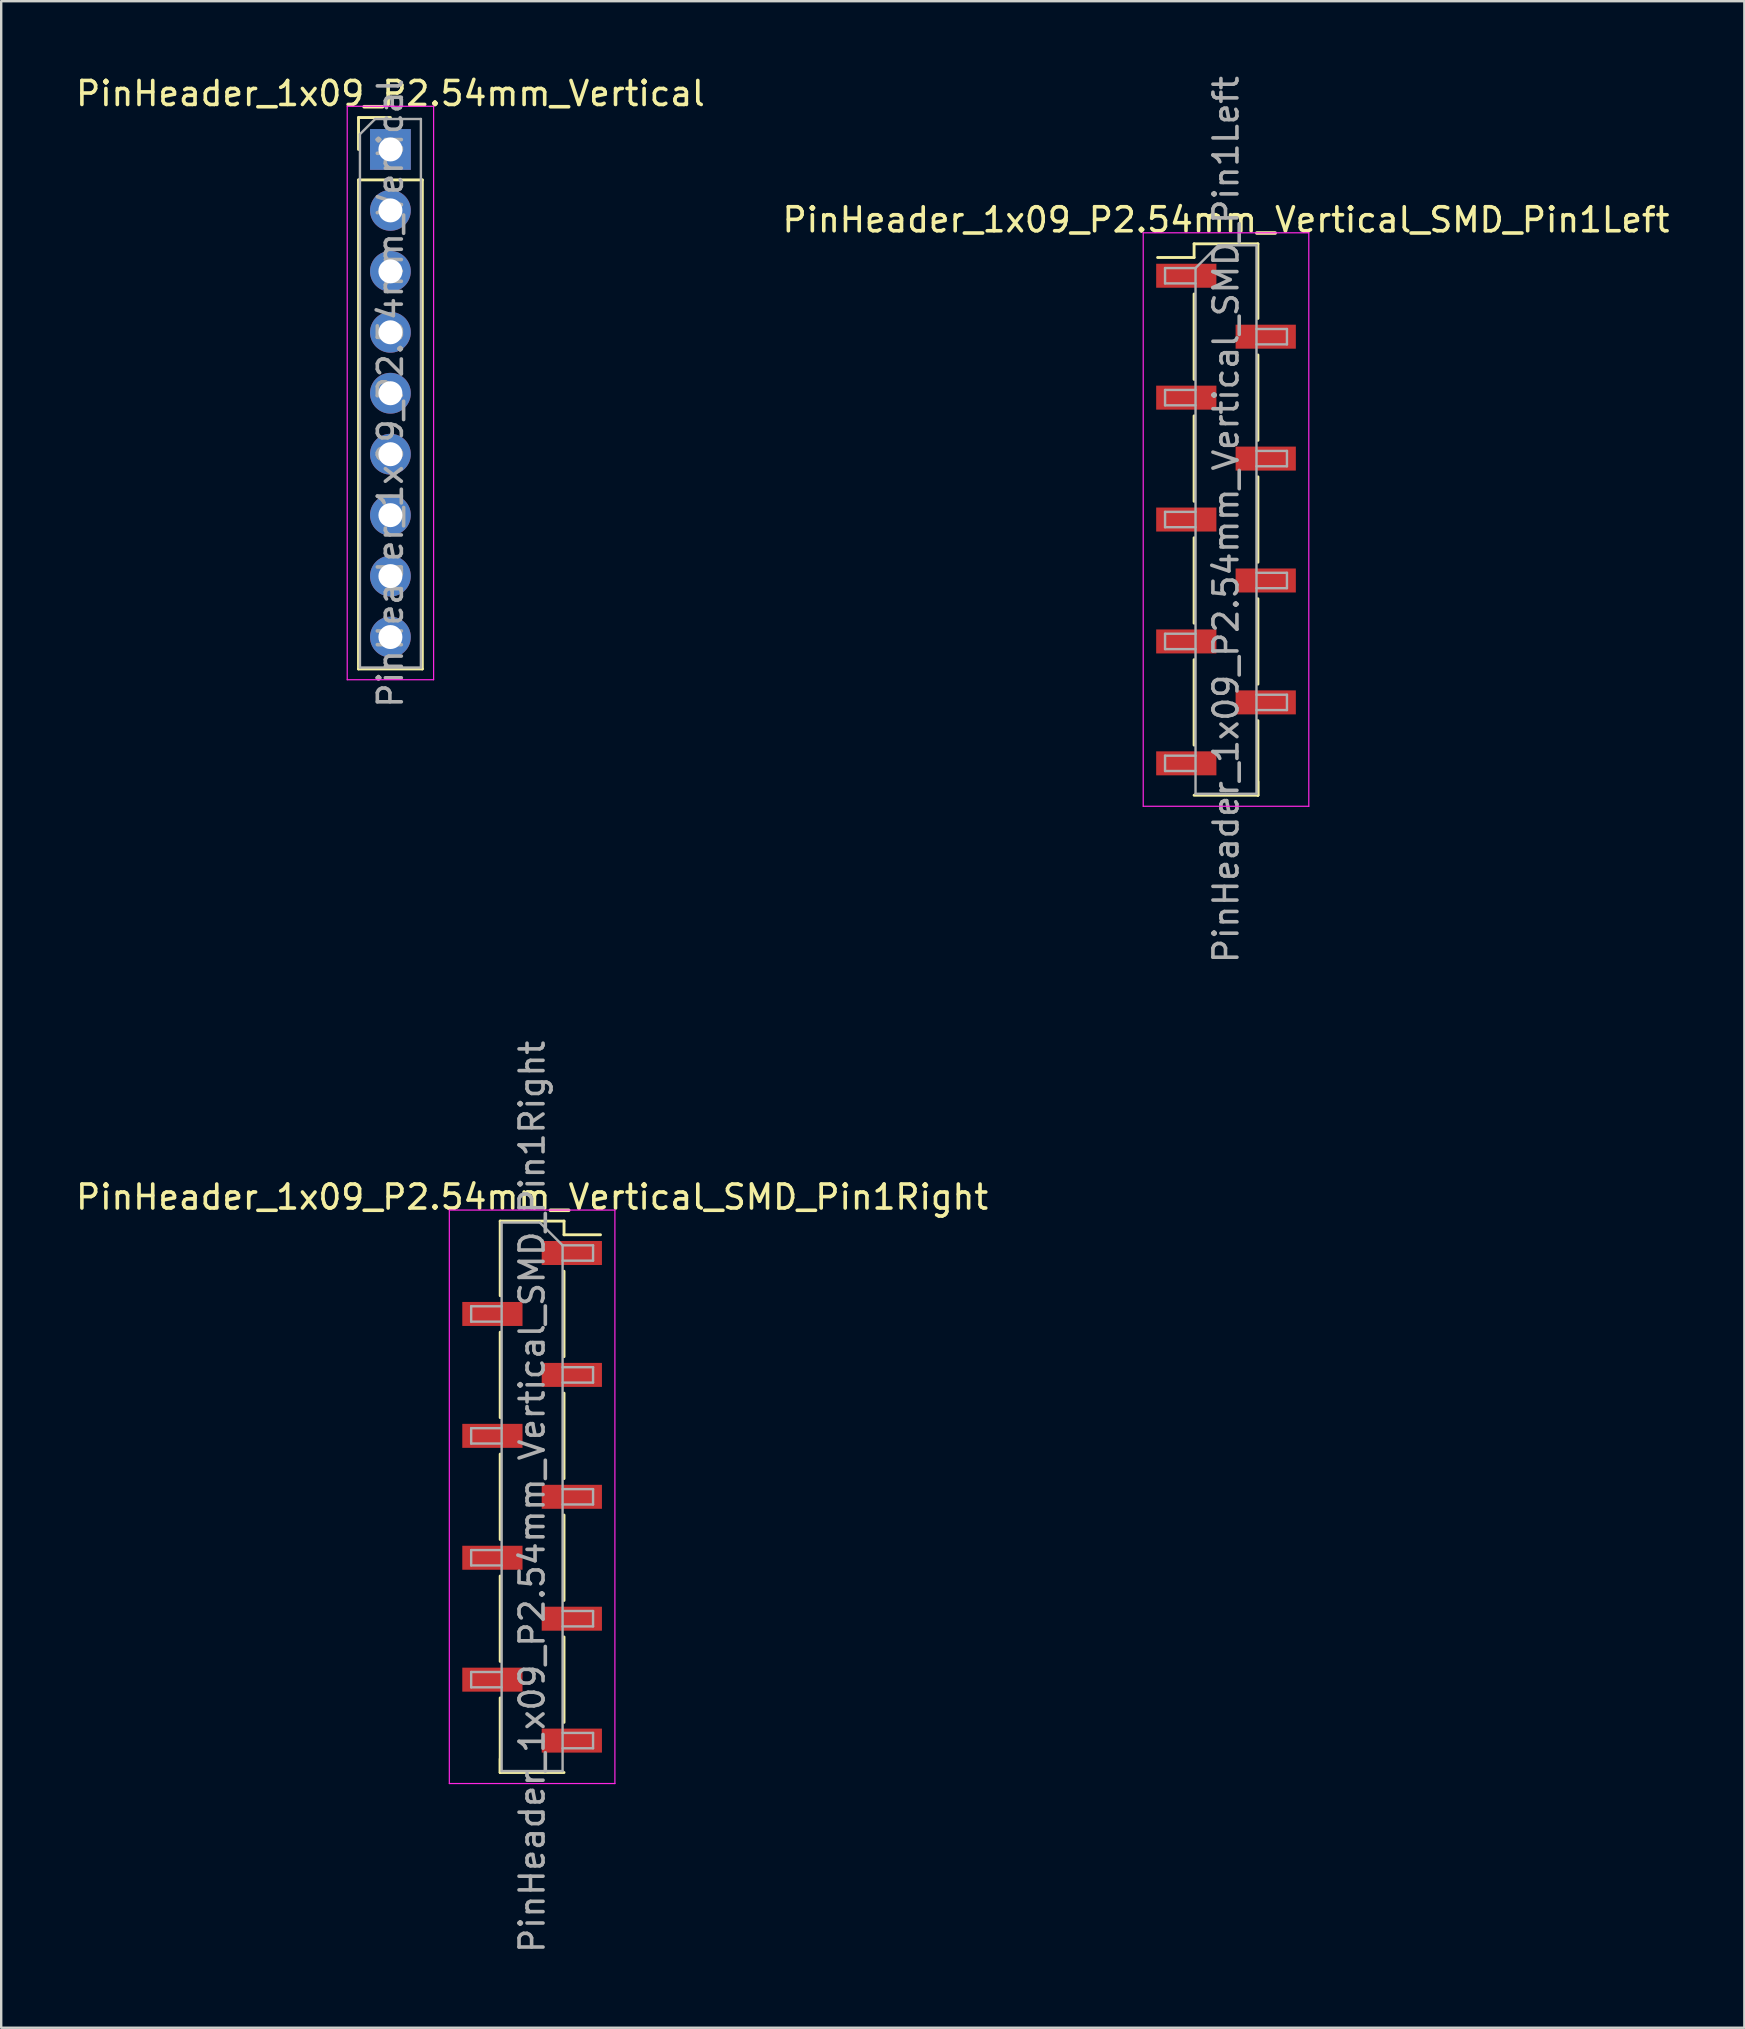
<source format=kicad_pcb>
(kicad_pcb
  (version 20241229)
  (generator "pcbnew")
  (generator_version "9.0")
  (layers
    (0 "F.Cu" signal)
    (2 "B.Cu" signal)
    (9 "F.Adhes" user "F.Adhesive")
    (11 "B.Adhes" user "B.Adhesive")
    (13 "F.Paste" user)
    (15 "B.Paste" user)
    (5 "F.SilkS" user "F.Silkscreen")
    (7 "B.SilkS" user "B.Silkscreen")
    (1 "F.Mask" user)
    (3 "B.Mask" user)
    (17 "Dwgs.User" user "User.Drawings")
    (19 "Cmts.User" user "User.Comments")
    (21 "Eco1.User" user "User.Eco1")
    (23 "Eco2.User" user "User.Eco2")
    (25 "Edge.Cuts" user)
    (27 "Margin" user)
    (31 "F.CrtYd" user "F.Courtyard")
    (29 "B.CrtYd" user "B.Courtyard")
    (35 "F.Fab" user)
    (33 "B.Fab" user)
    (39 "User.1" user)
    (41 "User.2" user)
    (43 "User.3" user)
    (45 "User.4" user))
  (footprint "PinHeader_1x09_P2.54mm_Vertical_SMD_Pin1Right"
    (layer "F.Cu")
    (at 19.125 59.327)
    (property "Reference" "PinHeader_1x09_P2.54mm_Vertical_SMD_Pin1Right" (at 0 -12.49 0) (layer "F.SilkS") (effects (font (size 1 1) (thickness 0.15))))
    (attr smd)
    (fp_line (start -1.33 -11.49) (end -1.33 -8.38) (stroke (width 0.12) (type solid)) (layer "F.SilkS"))
    (fp_line (start -1.33 -11.49) (end 1.33 -11.49) (stroke (width 0.12) (type solid)) (layer "F.SilkS"))
    (fp_line (start -1.33 -6.86) (end -1.33 -3.3) (stroke (width 0.12) (type solid)) (layer "F.SilkS"))
    (fp_line (start -1.33 -1.78) (end -1.33 1.78) (stroke (width 0.12) (type solid)) (layer "F.SilkS"))
    (fp_line (start -1.33 3.3) (end -1.33 6.86) (stroke (width 0.12) (type solid)) (layer "F.SilkS"))
    (fp_line (start -1.33 8.38) (end -1.33 11.49) (stroke (width 0.12) (type solid)) (layer "F.SilkS"))
    (fp_line (start -1.33 10.92) (end -1.33 11.49) (stroke (width 0.12) (type solid)) (layer "F.SilkS"))
    (fp_line (start -1.33 11.49) (end 1.33 11.49) (stroke (width 0.12) (type solid)) (layer "F.SilkS"))
    (fp_line (start 1.33 -11.49) (end 1.33 -10.92) (stroke (width 0.12) (type solid)) (layer "F.SilkS"))
    (fp_line (start 1.33 -10.92) (end 2.85 -10.92) (stroke (width 0.12) (type solid)) (layer "F.SilkS"))
    (fp_line (start 1.33 -9.4) (end 1.33 -5.84) (stroke (width 0.12) (type solid)) (layer "F.SilkS"))
    (fp_line (start 1.33 -4.32) (end 1.33 -0.76) (stroke (width 0.12) (type solid)) (layer "F.SilkS"))
    (fp_line (start 1.33 0.76) (end 1.33 4.32) (stroke (width 0.12) (type solid)) (layer "F.SilkS"))
    (fp_line (start 1.33 5.84) (end 1.33 9.4) (stroke (width 0.12) (type solid)) (layer "F.SilkS"))
    (fp_line (start -3.45 -11.95) (end -3.45 11.95) (stroke (width 0.05) (type solid)) (layer "F.CrtYd"))
    (fp_line (start -3.45 11.95) (end 3.45 11.95) (stroke (width 0.05) (type solid)) (layer "F.CrtYd"))
    (fp_line (start 3.45 -11.95) (end -3.45 -11.95) (stroke (width 0.05) (type solid)) (layer "F.CrtYd"))
    (fp_line (start 3.45 11.95) (end 3.45 -11.95) (stroke (width 0.05) (type solid)) (layer "F.CrtYd"))
    (fp_line (start -2.54 -7.94) (end -2.54 -7.3) (stroke (width 0.1) (type solid)) (layer "F.Fab"))
    (fp_line (start -2.54 -7.3) (end -1.27 -7.3) (stroke (width 0.1) (type solid)) (layer "F.Fab"))
    (fp_line (start -2.54 -2.86) (end -2.54 -2.22) (stroke (width 0.1) (type solid)) (layer "F.Fab"))
    (fp_line (start -2.54 -2.22) (end -1.27 -2.22) (stroke (width 0.1) (type solid)) (layer "F.Fab"))
    (fp_line (start -2.54 2.22) (end -2.54 2.86) (stroke (width 0.1) (type solid)) (layer "F.Fab"))
    (fp_line (start -2.54 2.86) (end -1.27 2.86) (stroke (width 0.1) (type solid)) (layer "F.Fab"))
    (fp_line (start -2.54 7.3) (end -2.54 7.94) (stroke (width 0.1) (type solid)) (layer "F.Fab"))
    (fp_line (start -2.54 7.94) (end -1.27 7.94) (stroke (width 0.1) (type solid)) (layer "F.Fab"))
    (fp_line (start -1.27 -11.43) (end -1.27 11.43) (stroke (width 0.1) (type solid)) (layer "F.Fab"))
    (fp_line (start -1.27 -11.43) (end 0.32 -11.43) (stroke (width 0.1) (type solid)) (layer "F.Fab"))
    (fp_line (start -1.27 -7.94) (end -2.54 -7.94) (stroke (width 0.1) (type solid)) (layer "F.Fab"))
    (fp_line (start -1.27 -2.86) (end -2.54 -2.86) (stroke (width 0.1) (type solid)) (layer "F.Fab"))
    (fp_line (start -1.27 2.22) (end -2.54 2.22) (stroke (width 0.1) (type solid)) (layer "F.Fab"))
    (fp_line (start -1.27 7.3) (end -2.54 7.3) (stroke (width 0.1) (type solid)) (layer "F.Fab"))
    (fp_line (start 1.27 -10.48) (end 0.32 -11.43) (stroke (width 0.1) (type solid)) (layer "F.Fab"))
    (fp_line (start 1.27 -10.48) (end 2.54 -10.48) (stroke (width 0.1) (type solid)) (layer "F.Fab"))
    (fp_line (start 1.27 -5.4) (end 2.54 -5.4) (stroke (width 0.1) (type solid)) (layer "F.Fab"))
    (fp_line (start 1.27 -0.32) (end 2.54 -0.32) (stroke (width 0.1) (type solid)) (layer "F.Fab"))
    (fp_line (start 1.27 4.76) (end 2.54 4.76) (stroke (width 0.1) (type solid)) (layer "F.Fab"))
    (fp_line (start 1.27 9.84) (end 2.54 9.84) (stroke (width 0.1) (type solid)) (layer "F.Fab"))
    (fp_line (start 1.27 11.43) (end -1.27 11.43) (stroke (width 0.1) (type solid)) (layer "F.Fab"))
    (fp_line (start 1.27 11.43) (end 1.27 -10.48) (stroke (width 0.1) (type solid)) (layer "F.Fab"))
    (fp_line (start 2.54 -10.48) (end 2.54 -9.84) (stroke (width 0.1) (type solid)) (layer "F.Fab"))
    (fp_line (start 2.54 -9.84) (end 1.27 -9.84) (stroke (width 0.1) (type solid)) (layer "F.Fab"))
    (fp_line (start 2.54 -5.4) (end 2.54 -4.76) (stroke (width 0.1) (type solid)) (layer "F.Fab"))
    (fp_line (start 2.54 -4.76) (end 1.27 -4.76) (stroke (width 0.1) (type solid)) (layer "F.Fab"))
    (fp_line (start 2.54 -0.32) (end 2.54 0.32) (stroke (width 0.1) (type solid)) (layer "F.Fab"))
    (fp_line (start 2.54 0.32) (end 1.27 0.32) (stroke (width 0.1) (type solid)) (layer "F.Fab"))
    (fp_line (start 2.54 4.76) (end 2.54 5.4) (stroke (width 0.1) (type solid)) (layer "F.Fab"))
    (fp_line (start 2.54 5.4) (end 1.27 5.4) (stroke (width 0.1) (type solid)) (layer "F.Fab"))
    (fp_line (start 2.54 9.84) (end 2.54 10.48) (stroke (width 0.1) (type solid)) (layer "F.Fab"))
    (fp_line (start 2.54 10.48) (end 1.27 10.48) (stroke (width 0.1) (type solid)) (layer "F.Fab"))
    (fp_text user "${REFERENCE}" (at 0 0 90) (layer "F.Fab") (effects (font (size 1 1) (thickness 0.15))))
    (pad "1" smd rect (at 1.655 -10.16) (size 2.51 1) (layers "F.Cu" "F.Mask" "F.Paste"))
    (pad "2" smd rect (at -1.655 -7.62) (size 2.51 1) (layers "F.Cu" "F.Mask" "F.Paste"))
    (pad "3" smd rect (at 1.655 -5.08) (size 2.51 1) (layers "F.Cu" "F.Mask" "F.Paste"))
    (pad "4" smd rect (at -1.655 -2.54) (size 2.51 1) (layers "F.Cu" "F.Mask" "F.Paste"))
    (pad "5" smd rect (at 1.655 0) (size 2.51 1) (layers "F.Cu" "F.Mask" "F.Paste"))
    (pad "6" smd rect (at -1.655 2.54) (size 2.51 1) (layers "F.Cu" "F.Mask" "F.Paste"))
    (pad "7" smd rect (at 1.655 5.08) (size 2.51 1) (layers "F.Cu" "F.Mask" "F.Paste"))
    (pad "8" smd rect (at -1.655 7.62) (size 2.51 1) (layers "F.Cu" "F.Mask" "F.Paste"))
    (pad "9" smd rect (at 1.655 10.16) (size 2.51 1) (layers "F.Cu" "F.Mask" "F.Paste")))
  (footprint "PinHeader_1x09_P2.54mm_Vertical"
    (layer "F.Cu")
    (at 13.22 3.178)
    (property "Reference" "PinHeader_1x09_P2.54mm_Vertical" (at 0 -2.33 0) (layer "F.SilkS") (effects (font (size 1 1) (thickness 0.15))))
    (attr through_hole)
    (fp_line (start -1.33 -1.33) (end 0 -1.33) (stroke (width 0.12) (type solid)) (layer "F.SilkS"))
    (fp_line (start -1.33 0) (end -1.33 -1.33) (stroke (width 0.12) (type solid)) (layer "F.SilkS"))
    (fp_line (start -1.33 1.27) (end -1.33 21.65) (stroke (width 0.12) (type solid)) (layer "F.SilkS"))
    (fp_line (start -1.33 1.27) (end 1.33 1.27) (stroke (width 0.12) (type solid)) (layer "F.SilkS"))
    (fp_line (start -1.33 21.65) (end 1.33 21.65) (stroke (width 0.12) (type solid)) (layer "F.SilkS"))
    (fp_line (start 1.33 1.27) (end 1.33 21.65) (stroke (width 0.12) (type solid)) (layer "F.SilkS"))
    (fp_line (start -1.8 -1.8) (end -1.8 22.1) (stroke (width 0.05) (type solid)) (layer "F.CrtYd"))
    (fp_line (start -1.8 22.1) (end 1.8 22.1) (stroke (width 0.05) (type solid)) (layer "F.CrtYd"))
    (fp_line (start 1.8 -1.8) (end -1.8 -1.8) (stroke (width 0.05) (type solid)) (layer "F.CrtYd"))
    (fp_line (start 1.8 22.1) (end 1.8 -1.8) (stroke (width 0.05) (type solid)) (layer "F.CrtYd"))
    (fp_line (start -1.27 -0.635) (end -0.635 -1.27) (stroke (width 0.1) (type solid)) (layer "F.Fab"))
    (fp_line (start -1.27 21.59) (end -1.27 -0.635) (stroke (width 0.1) (type solid)) (layer "F.Fab"))
    (fp_line (start -0.635 -1.27) (end 1.27 -1.27) (stroke (width 0.1) (type solid)) (layer "F.Fab"))
    (fp_line (start 1.27 -1.27) (end 1.27 21.59) (stroke (width 0.1) (type solid)) (layer "F.Fab"))
    (fp_line (start 1.27 21.59) (end -1.27 21.59) (stroke (width 0.1) (type solid)) (layer "F.Fab"))
    (fp_text user "${REFERENCE}" (at 0 10.16 90) (layer "F.Fab") (effects (font (size 1 1) (thickness 0.15))))
    (pad "1" thru_hole rect (at 0 0) (size 1.7 1.7) (drill 1) (layers "*.Cu" "*.Mask"))
    (pad "2" thru_hole oval (at 0 2.54) (size 1.7 1.7) (drill 1) (layers "*.Cu" "*.Mask"))
    (pad "3" thru_hole oval (at 0 5.08) (size 1.7 1.7) (drill 1) (layers "*.Cu" "*.Mask"))
    (pad "4" thru_hole oval (at 0 7.62) (size 1.7 1.7) (drill 1) (layers "*.Cu" "*.Mask"))
    (pad "5" thru_hole oval (at 0 10.16) (size 1.7 1.7) (drill 1) (layers "*.Cu" "*.Mask"))
    (pad "6" thru_hole oval (at 0 12.7) (size 1.7 1.7) (drill 1) (layers "*.Cu" "*.Mask"))
    (pad "7" thru_hole oval (at 0 15.24) (size 1.7 1.7) (drill 1) (layers "*.Cu" "*.Mask"))
    (pad "8" thru_hole oval (at 0 17.78) (size 1.7 1.7) (drill 1) (layers "*.Cu" "*.Mask"))
    (pad "9" thru_hole oval (at 0 20.32) (size 1.7 1.7) (drill 1) (layers "*.Cu" "*.Mask")))
  (footprint "PinHeader_1x09_P2.54mm_Vertical_SMD_Pin1Left"
    (layer "F.Cu")
    (at 48.042 18.601)
    (property "Reference" "PinHeader_1x09_P2.54mm_Vertical_SMD_Pin1Left" (at 0 -12.49 0) (layer "F.SilkS") (effects (font (size 1 1) (thickness 0.15))))
    (attr smd)
    (fp_line (start -1.33 -11.49) (end -1.33 -10.92) (stroke (width 0.12) (type solid)) (layer "F.SilkS"))
    (fp_line (start -1.33 -11.49) (end 1.33 -11.49) (stroke (width 0.12) (type solid)) (layer "F.SilkS"))
    (fp_line (start -1.33 -10.92) (end -2.85 -10.92) (stroke (width 0.12) (type solid)) (layer "F.SilkS"))
    (fp_line (start -1.33 -9.4) (end -1.33 -5.84) (stroke (width 0.12) (type solid)) (layer "F.SilkS"))
    (fp_line (start -1.33 -4.32) (end -1.33 -0.76) (stroke (width 0.12) (type solid)) (layer "F.SilkS"))
    (fp_line (start -1.33 0.76) (end -1.33 4.32) (stroke (width 0.12) (type solid)) (layer "F.SilkS"))
    (fp_line (start -1.33 5.84) (end -1.33 9.4) (stroke (width 0.12) (type solid)) (layer "F.SilkS"))
    (fp_line (start -1.33 11.49) (end 1.33 11.49) (stroke (width 0.12) (type solid)) (layer "F.SilkS"))
    (fp_line (start 1.33 -11.49) (end 1.33 -8.38) (stroke (width 0.12) (type solid)) (layer "F.SilkS"))
    (fp_line (start 1.33 -6.86) (end 1.33 -3.3) (stroke (width 0.12) (type solid)) (layer "F.SilkS"))
    (fp_line (start 1.33 -1.78) (end 1.33 1.78) (stroke (width 0.12) (type solid)) (layer "F.SilkS"))
    (fp_line (start 1.33 3.3) (end 1.33 6.86) (stroke (width 0.12) (type solid)) (layer "F.SilkS"))
    (fp_line (start 1.33 8.38) (end 1.33 11.49) (stroke (width 0.12) (type solid)) (layer "F.SilkS"))
    (fp_line (start 1.33 10.92) (end 1.33 11.49) (stroke (width 0.12) (type solid)) (layer "F.SilkS"))
    (fp_line (start -3.45 -11.95) (end -3.45 11.95) (stroke (width 0.05) (type solid)) (layer "F.CrtYd"))
    (fp_line (start -3.45 11.95) (end 3.45 11.95) (stroke (width 0.05) (type solid)) (layer "F.CrtYd"))
    (fp_line (start 3.45 -11.95) (end -3.45 -11.95) (stroke (width 0.05) (type solid)) (layer "F.CrtYd"))
    (fp_line (start 3.45 11.95) (end 3.45 -11.95) (stroke (width 0.05) (type solid)) (layer "F.CrtYd"))
    (fp_line (start -2.54 -10.48) (end -2.54 -9.84) (stroke (width 0.1) (type solid)) (layer "F.Fab"))
    (fp_line (start -2.54 -9.84) (end -1.27 -9.84) (stroke (width 0.1) (type solid)) (layer "F.Fab"))
    (fp_line (start -2.54 -5.4) (end -2.54 -4.76) (stroke (width 0.1) (type solid)) (layer "F.Fab"))
    (fp_line (start -2.54 -4.76) (end -1.27 -4.76) (stroke (width 0.1) (type solid)) (layer "F.Fab"))
    (fp_line (start -2.54 -0.32) (end -2.54 0.32) (stroke (width 0.1) (type solid)) (layer "F.Fab"))
    (fp_line (start -2.54 0.32) (end -1.27 0.32) (stroke (width 0.1) (type solid)) (layer "F.Fab"))
    (fp_line (start -2.54 4.76) (end -2.54 5.4) (stroke (width 0.1) (type solid)) (layer "F.Fab"))
    (fp_line (start -2.54 5.4) (end -1.27 5.4) (stroke (width 0.1) (type solid)) (layer "F.Fab"))
    (fp_line (start -2.54 9.84) (end -2.54 10.48) (stroke (width 0.1) (type solid)) (layer "F.Fab"))
    (fp_line (start -2.54 10.48) (end -1.27 10.48) (stroke (width 0.1) (type solid)) (layer "F.Fab"))
    (fp_line (start -1.27 -10.48) (end -2.54 -10.48) (stroke (width 0.1) (type solid)) (layer "F.Fab"))
    (fp_line (start -1.27 -10.48) (end -0.32 -11.43) (stroke (width 0.1) (type solid)) (layer "F.Fab"))
    (fp_line (start -1.27 -5.4) (end -2.54 -5.4) (stroke (width 0.1) (type solid)) (layer "F.Fab"))
    (fp_line (start -1.27 -0.32) (end -2.54 -0.32) (stroke (width 0.1) (type solid)) (layer "F.Fab"))
    (fp_line (start -1.27 4.76) (end -2.54 4.76) (stroke (width 0.1) (type solid)) (layer "F.Fab"))
    (fp_line (start -1.27 9.84) (end -2.54 9.84) (stroke (width 0.1) (type solid)) (layer "F.Fab"))
    (fp_line (start -1.27 11.43) (end -1.27 -10.48) (stroke (width 0.1) (type solid)) (layer "F.Fab"))
    (fp_line (start -0.32 -11.43) (end 1.27 -11.43) (stroke (width 0.1) (type solid)) (layer "F.Fab"))
    (fp_line (start 1.27 -11.43) (end 1.27 11.43) (stroke (width 0.1) (type solid)) (layer "F.Fab"))
    (fp_line (start 1.27 -7.94) (end 2.54 -7.94) (stroke (width 0.1) (type solid)) (layer "F.Fab"))
    (fp_line (start 1.27 -2.86) (end 2.54 -2.86) (stroke (width 0.1) (type solid)) (layer "F.Fab"))
    (fp_line (start 1.27 2.22) (end 2.54 2.22) (stroke (width 0.1) (type solid)) (layer "F.Fab"))
    (fp_line (start 1.27 7.3) (end 2.54 7.3) (stroke (width 0.1) (type solid)) (layer "F.Fab"))
    (fp_line (start 1.27 11.43) (end -1.27 11.43) (stroke (width 0.1) (type solid)) (layer "F.Fab"))
    (fp_line (start 2.54 -7.94) (end 2.54 -7.3) (stroke (width 0.1) (type solid)) (layer "F.Fab"))
    (fp_line (start 2.54 -7.3) (end 1.27 -7.3) (stroke (width 0.1) (type solid)) (layer "F.Fab"))
    (fp_line (start 2.54 -2.86) (end 2.54 -2.22) (stroke (width 0.1) (type solid)) (layer "F.Fab"))
    (fp_line (start 2.54 -2.22) (end 1.27 -2.22) (stroke (width 0.1) (type solid)) (layer "F.Fab"))
    (fp_line (start 2.54 2.22) (end 2.54 2.86) (stroke (width 0.1) (type solid)) (layer "F.Fab"))
    (fp_line (start 2.54 2.86) (end 1.27 2.86) (stroke (width 0.1) (type solid)) (layer "F.Fab"))
    (fp_line (start 2.54 7.3) (end 2.54 7.94) (stroke (width 0.1) (type solid)) (layer "F.Fab"))
    (fp_line (start 2.54 7.94) (end 1.27 7.94) (stroke (width 0.1) (type solid)) (layer "F.Fab"))
    (fp_text user "${REFERENCE}" (at 0 0 90) (layer "F.Fab") (effects (font (size 1 1) (thickness 0.15))))
    (pad "1" smd rect (at -1.655 -10.16) (size 2.51 1) (layers "F.Cu" "F.Mask" "F.Paste"))
    (pad "2" smd rect (at 1.655 -7.62) (size 2.51 1) (layers "F.Cu" "F.Mask" "F.Paste"))
    (pad "3" smd rect (at -1.655 -5.08) (size 2.51 1) (layers "F.Cu" "F.Mask" "F.Paste"))
    (pad "4" smd rect (at 1.655 -2.54) (size 2.51 1) (layers "F.Cu" "F.Mask" "F.Paste"))
    (pad "5" smd rect (at -1.655 0) (size 2.51 1) (layers "F.Cu" "F.Mask" "F.Paste"))
    (pad "6" smd rect (at 1.655 2.54) (size 2.51 1) (layers "F.Cu" "F.Mask" "F.Paste"))
    (pad "7" smd rect (at -1.655 5.08) (size 2.51 1) (layers "F.Cu" "F.Mask" "F.Paste"))
    (pad "8" smd rect (at 1.655 7.62) (size 2.51 1) (layers "F.Cu" "F.Mask" "F.Paste"))
    (pad "9" smd rect (at -1.655 10.16) (size 2.51 1) (layers "F.Cu" "F.Mask" "F.Paste")))
  (gr_rect
    (start -3 -3)
    (end 69.643 81.452)
    (stroke (width 0.1) (type default))
    (fill no)
    (layer "Edge.Cuts")))
</source>
